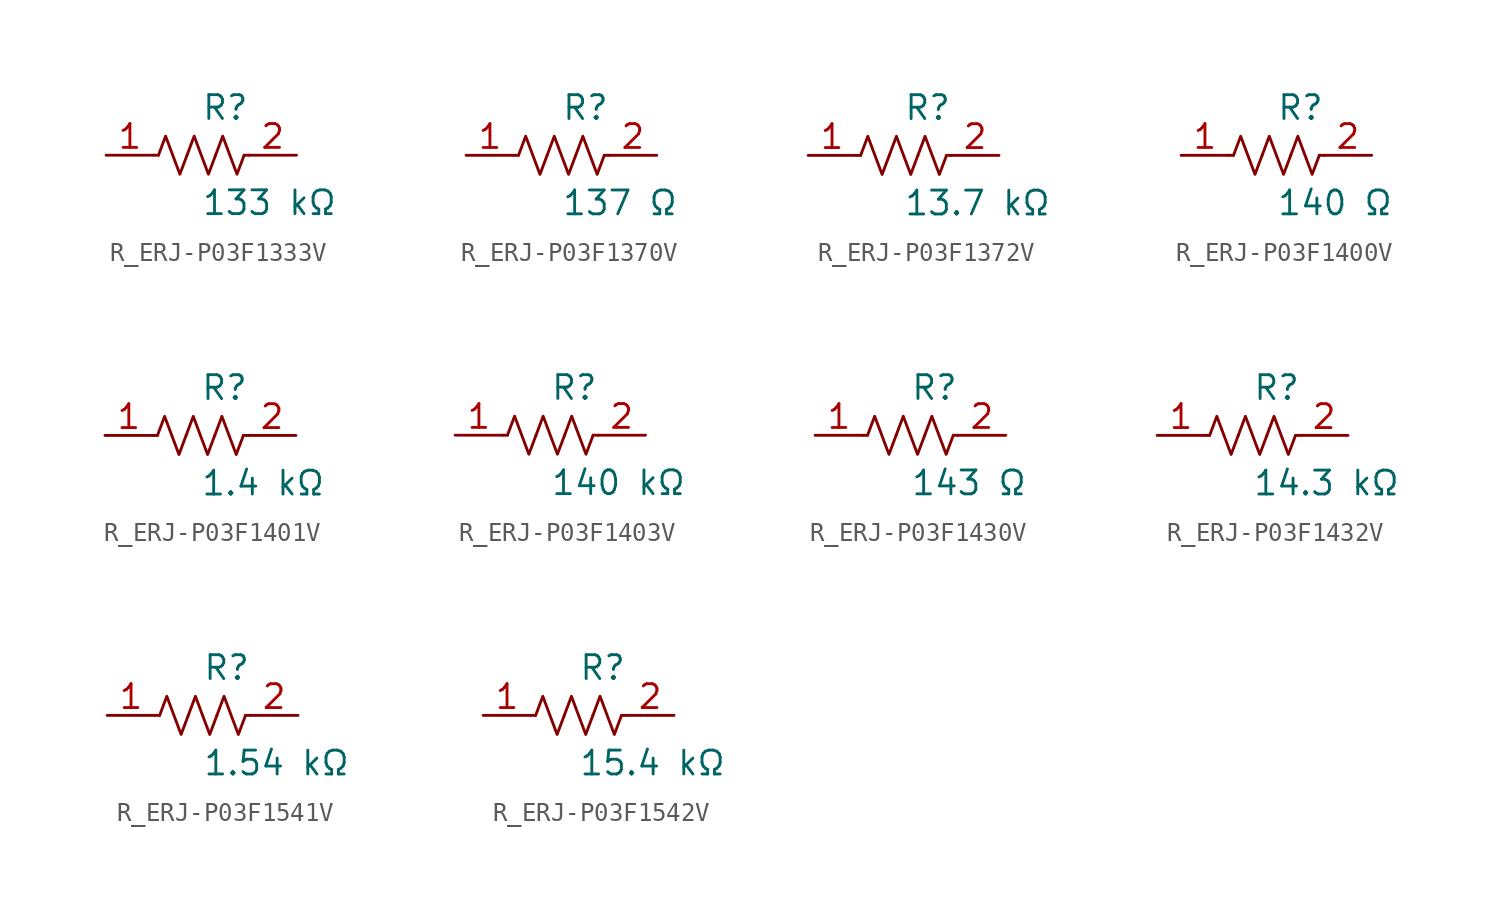
<source format=kicad_sym>
(kicad_symbol_lib
  (version 20231120)
  (generator kicad_symbol_editor)
  (generator_version 8.0)
  (symbol "R_ERJ-P03F1333V"
    (pin_names
      (offset 0.254))
    (property "Reference" "R"
      (at 0.0 2.54 0)
      (effects (font (size 1.27 1.27)) (justify left)))
    (property "Value" "133 kΩ"
      (at 0.0 -2.54 0)
      (effects (font (size 1.27 1.27)) (justify left)))
    (symbol "R_ERJ-P03F1333V_0_1"
      (polyline (pts (xy 2.286 0) (xy 2.54 0)) (stroke (width 0) (type default)) (fill (type none)))
      (polyline (pts (xy -2.286 0) (xy -2.54 0)) (stroke (width 0) (type default)) (fill (type none)))
      (polyline (pts (xy 0.762 0) (xy 1.143 1.016) (xy 1.524 0) (xy 1.905 -1.016) (xy 2.286 0)) (stroke (width 0) (type default)) (fill (type none)))
      (polyline (pts (xy -0.762 0) (xy -0.381 1.016) (xy 0 0) (xy 0.381 -1.016) (xy 0.762 0)) (stroke (width 0) (type default)) (fill (type none)))
      (polyline (pts (xy -2.286 0) (xy -1.905 1.016) (xy -1.524 0) (xy -1.143 -1.016) (xy -0.762 0)) (stroke (width 0) (type default)) (fill (type none))))
    (pin unspecified line
      (at -5.08 0 0)
      (length 2.54)
      (name "" (effects (font (size 1.27 1.27))))
      (number "1" (effects (font (size 1.27 1.27)))))
    (pin unspecified line
      (at 5.08 0 180)
      (length 2.54)
      (name "" (effects (font (size 1.27 1.27))))
      (number "2" (effects (font (size 1.27 1.27))))))
  (symbol "R_ERJ-P03F1370V"
    (pin_names
      (offset 0.254))
    (property "Reference" "R"
      (at 0.0 2.54 0)
      (effects (font (size 1.27 1.27)) (justify left)))
    (property "Value" "137 Ω"
      (at 0.0 -2.54 0)
      (effects (font (size 1.27 1.27)) (justify left)))
    (symbol "R_ERJ-P03F1370V_0_1"
      (polyline (pts (xy 2.286 0) (xy 2.54 0)) (stroke (width 0) (type default)) (fill (type none)))
      (polyline (pts (xy -2.286 0) (xy -2.54 0)) (stroke (width 0) (type default)) (fill (type none)))
      (polyline (pts (xy 0.762 0) (xy 1.143 1.016) (xy 1.524 0) (xy 1.905 -1.016) (xy 2.286 0)) (stroke (width 0) (type default)) (fill (type none)))
      (polyline (pts (xy -0.762 0) (xy -0.381 1.016) (xy 0 0) (xy 0.381 -1.016) (xy 0.762 0)) (stroke (width 0) (type default)) (fill (type none)))
      (polyline (pts (xy -2.286 0) (xy -1.905 1.016) (xy -1.524 0) (xy -1.143 -1.016) (xy -0.762 0)) (stroke (width 0) (type default)) (fill (type none))))
    (pin unspecified line
      (at -5.08 0 0)
      (length 2.54)
      (name "" (effects (font (size 1.27 1.27))))
      (number "1" (effects (font (size 1.27 1.27)))))
    (pin unspecified line
      (at 5.08 0 180)
      (length 2.54)
      (name "" (effects (font (size 1.27 1.27))))
      (number "2" (effects (font (size 1.27 1.27))))))
  (symbol "R_ERJ-P03F1372V"
    (pin_names
      (offset 0.254))
    (property "Reference" "R"
      (at 0.0 2.54 0)
      (effects (font (size 1.27 1.27)) (justify left)))
    (property "Value" "13.7 kΩ"
      (at 0.0 -2.54 0)
      (effects (font (size 1.27 1.27)) (justify left)))
    (symbol "R_ERJ-P03F1372V_0_1"
      (polyline (pts (xy 2.286 0) (xy 2.54 0)) (stroke (width 0) (type default)) (fill (type none)))
      (polyline (pts (xy -2.286 0) (xy -2.54 0)) (stroke (width 0) (type default)) (fill (type none)))
      (polyline (pts (xy 0.762 0) (xy 1.143 1.016) (xy 1.524 0) (xy 1.905 -1.016) (xy 2.286 0)) (stroke (width 0) (type default)) (fill (type none)))
      (polyline (pts (xy -0.762 0) (xy -0.381 1.016) (xy 0 0) (xy 0.381 -1.016) (xy 0.762 0)) (stroke (width 0) (type default)) (fill (type none)))
      (polyline (pts (xy -2.286 0) (xy -1.905 1.016) (xy -1.524 0) (xy -1.143 -1.016) (xy -0.762 0)) (stroke (width 0) (type default)) (fill (type none))))
    (pin unspecified line
      (at -5.08 0 0)
      (length 2.54)
      (name "" (effects (font (size 1.27 1.27))))
      (number "1" (effects (font (size 1.27 1.27)))))
    (pin unspecified line
      (at 5.08 0 180)
      (length 2.54)
      (name "" (effects (font (size 1.27 1.27))))
      (number "2" (effects (font (size 1.27 1.27))))))
  (symbol "R_ERJ-P03F1400V"
    (pin_names
      (offset 0.254))
    (property "Reference" "R"
      (at 0.0 2.54 0)
      (effects (font (size 1.27 1.27)) (justify left)))
    (property "Value" "140 Ω"
      (at 0.0 -2.54 0)
      (effects (font (size 1.27 1.27)) (justify left)))
    (symbol "R_ERJ-P03F1400V_0_1"
      (polyline (pts (xy 2.286 0) (xy 2.54 0)) (stroke (width 0) (type default)) (fill (type none)))
      (polyline (pts (xy -2.286 0) (xy -2.54 0)) (stroke (width 0) (type default)) (fill (type none)))
      (polyline (pts (xy 0.762 0) (xy 1.143 1.016) (xy 1.524 0) (xy 1.905 -1.016) (xy 2.286 0)) (stroke (width 0) (type default)) (fill (type none)))
      (polyline (pts (xy -0.762 0) (xy -0.381 1.016) (xy 0 0) (xy 0.381 -1.016) (xy 0.762 0)) (stroke (width 0) (type default)) (fill (type none)))
      (polyline (pts (xy -2.286 0) (xy -1.905 1.016) (xy -1.524 0) (xy -1.143 -1.016) (xy -0.762 0)) (stroke (width 0) (type default)) (fill (type none))))
    (pin unspecified line
      (at -5.08 0 0)
      (length 2.54)
      (name "" (effects (font (size 1.27 1.27))))
      (number "1" (effects (font (size 1.27 1.27)))))
    (pin unspecified line
      (at 5.08 0 180)
      (length 2.54)
      (name "" (effects (font (size 1.27 1.27))))
      (number "2" (effects (font (size 1.27 1.27))))))
  (symbol "R_ERJ-P03F1401V"
    (pin_names
      (offset 0.254))
    (property "Reference" "R"
      (at 0.0 2.54 0)
      (effects (font (size 1.27 1.27)) (justify left)))
    (property "Value" "1.4 kΩ"
      (at 0.0 -2.54 0)
      (effects (font (size 1.27 1.27)) (justify left)))
    (symbol "R_ERJ-P03F1401V_0_1"
      (polyline (pts (xy 2.286 0) (xy 2.54 0)) (stroke (width 0) (type default)) (fill (type none)))
      (polyline (pts (xy -2.286 0) (xy -2.54 0)) (stroke (width 0) (type default)) (fill (type none)))
      (polyline (pts (xy 0.762 0) (xy 1.143 1.016) (xy 1.524 0) (xy 1.905 -1.016) (xy 2.286 0)) (stroke (width 0) (type default)) (fill (type none)))
      (polyline (pts (xy -0.762 0) (xy -0.381 1.016) (xy 0 0) (xy 0.381 -1.016) (xy 0.762 0)) (stroke (width 0) (type default)) (fill (type none)))
      (polyline (pts (xy -2.286 0) (xy -1.905 1.016) (xy -1.524 0) (xy -1.143 -1.016) (xy -0.762 0)) (stroke (width 0) (type default)) (fill (type none))))
    (pin unspecified line
      (at -5.08 0 0)
      (length 2.54)
      (name "" (effects (font (size 1.27 1.27))))
      (number "1" (effects (font (size 1.27 1.27)))))
    (pin unspecified line
      (at 5.08 0 180)
      (length 2.54)
      (name "" (effects (font (size 1.27 1.27))))
      (number "2" (effects (font (size 1.27 1.27))))))
  (symbol "R_ERJ-P03F1403V"
    (pin_names
      (offset 0.254))
    (property "Reference" "R"
      (at 0.0 2.54 0)
      (effects (font (size 1.27 1.27)) (justify left)))
    (property "Value" "140 kΩ"
      (at 0.0 -2.54 0)
      (effects (font (size 1.27 1.27)) (justify left)))
    (symbol "R_ERJ-P03F1403V_0_1"
      (polyline (pts (xy 2.286 0) (xy 2.54 0)) (stroke (width 0) (type default)) (fill (type none)))
      (polyline (pts (xy -2.286 0) (xy -2.54 0)) (stroke (width 0) (type default)) (fill (type none)))
      (polyline (pts (xy 0.762 0) (xy 1.143 1.016) (xy 1.524 0) (xy 1.905 -1.016) (xy 2.286 0)) (stroke (width 0) (type default)) (fill (type none)))
      (polyline (pts (xy -0.762 0) (xy -0.381 1.016) (xy 0 0) (xy 0.381 -1.016) (xy 0.762 0)) (stroke (width 0) (type default)) (fill (type none)))
      (polyline (pts (xy -2.286 0) (xy -1.905 1.016) (xy -1.524 0) (xy -1.143 -1.016) (xy -0.762 0)) (stroke (width 0) (type default)) (fill (type none))))
    (pin unspecified line
      (at -5.08 0 0)
      (length 2.54)
      (name "" (effects (font (size 1.27 1.27))))
      (number "1" (effects (font (size 1.27 1.27)))))
    (pin unspecified line
      (at 5.08 0 180)
      (length 2.54)
      (name "" (effects (font (size 1.27 1.27))))
      (number "2" (effects (font (size 1.27 1.27))))))
  (symbol "R_ERJ-P03F1430V"
    (pin_names
      (offset 0.254))
    (property "Reference" "R"
      (at 0.0 2.54 0)
      (effects (font (size 1.27 1.27)) (justify left)))
    (property "Value" "143 Ω"
      (at 0.0 -2.54 0)
      (effects (font (size 1.27 1.27)) (justify left)))
    (symbol "R_ERJ-P03F1430V_0_1"
      (polyline (pts (xy 2.286 0) (xy 2.54 0)) (stroke (width 0) (type default)) (fill (type none)))
      (polyline (pts (xy -2.286 0) (xy -2.54 0)) (stroke (width 0) (type default)) (fill (type none)))
      (polyline (pts (xy 0.762 0) (xy 1.143 1.016) (xy 1.524 0) (xy 1.905 -1.016) (xy 2.286 0)) (stroke (width 0) (type default)) (fill (type none)))
      (polyline (pts (xy -0.762 0) (xy -0.381 1.016) (xy 0 0) (xy 0.381 -1.016) (xy 0.762 0)) (stroke (width 0) (type default)) (fill (type none)))
      (polyline (pts (xy -2.286 0) (xy -1.905 1.016) (xy -1.524 0) (xy -1.143 -1.016) (xy -0.762 0)) (stroke (width 0) (type default)) (fill (type none))))
    (pin unspecified line
      (at -5.08 0 0)
      (length 2.54)
      (name "" (effects (font (size 1.27 1.27))))
      (number "1" (effects (font (size 1.27 1.27)))))
    (pin unspecified line
      (at 5.08 0 180)
      (length 2.54)
      (name "" (effects (font (size 1.27 1.27))))
      (number "2" (effects (font (size 1.27 1.27))))))
  (symbol "R_ERJ-P03F1432V"
    (pin_names
      (offset 0.254))
    (property "Reference" "R"
      (at 0.0 2.54 0)
      (effects (font (size 1.27 1.27)) (justify left)))
    (property "Value" "14.3 kΩ"
      (at 0.0 -2.54 0)
      (effects (font (size 1.27 1.27)) (justify left)))
    (symbol "R_ERJ-P03F1432V_0_1"
      (polyline (pts (xy 2.286 0) (xy 2.54 0)) (stroke (width 0) (type default)) (fill (type none)))
      (polyline (pts (xy -2.286 0) (xy -2.54 0)) (stroke (width 0) (type default)) (fill (type none)))
      (polyline (pts (xy 0.762 0) (xy 1.143 1.016) (xy 1.524 0) (xy 1.905 -1.016) (xy 2.286 0)) (stroke (width 0) (type default)) (fill (type none)))
      (polyline (pts (xy -0.762 0) (xy -0.381 1.016) (xy 0 0) (xy 0.381 -1.016) (xy 0.762 0)) (stroke (width 0) (type default)) (fill (type none)))
      (polyline (pts (xy -2.286 0) (xy -1.905 1.016) (xy -1.524 0) (xy -1.143 -1.016) (xy -0.762 0)) (stroke (width 0) (type default)) (fill (type none))))
    (pin unspecified line
      (at -5.08 0 0)
      (length 2.54)
      (name "" (effects (font (size 1.27 1.27))))
      (number "1" (effects (font (size 1.27 1.27)))))
    (pin unspecified line
      (at 5.08 0 180)
      (length 2.54)
      (name "" (effects (font (size 1.27 1.27))))
      (number "2" (effects (font (size 1.27 1.27))))))
  (symbol "R_ERJ-P03F1541V"
    (pin_names
      (offset 0.254))
    (property "Reference" "R"
      (at 0.0 2.54 0)
      (effects (font (size 1.27 1.27)) (justify left)))
    (property "Value" "1.54 kΩ"
      (at 0.0 -2.54 0)
      (effects (font (size 1.27 1.27)) (justify left)))
    (symbol "R_ERJ-P03F1541V_0_1"
      (polyline (pts (xy 2.286 0) (xy 2.54 0)) (stroke (width 0) (type default)) (fill (type none)))
      (polyline (pts (xy -2.286 0) (xy -2.54 0)) (stroke (width 0) (type default)) (fill (type none)))
      (polyline (pts (xy 0.762 0) (xy 1.143 1.016) (xy 1.524 0) (xy 1.905 -1.016) (xy 2.286 0)) (stroke (width 0) (type default)) (fill (type none)))
      (polyline (pts (xy -0.762 0) (xy -0.381 1.016) (xy 0 0) (xy 0.381 -1.016) (xy 0.762 0)) (stroke (width 0) (type default)) (fill (type none)))
      (polyline (pts (xy -2.286 0) (xy -1.905 1.016) (xy -1.524 0) (xy -1.143 -1.016) (xy -0.762 0)) (stroke (width 0) (type default)) (fill (type none))))
    (pin unspecified line
      (at -5.08 0 0)
      (length 2.54)
      (name "" (effects (font (size 1.27 1.27))))
      (number "1" (effects (font (size 1.27 1.27)))))
    (pin unspecified line
      (at 5.08 0 180)
      (length 2.54)
      (name "" (effects (font (size 1.27 1.27))))
      (number "2" (effects (font (size 1.27 1.27))))))
  (symbol "R_ERJ-P03F1542V"
    (pin_names
      (offset 0.254))
    (property "Reference" "R"
      (at 0.0 2.54 0)
      (effects (font (size 1.27 1.27)) (justify left)))
    (property "Value" "15.4 kΩ"
      (at 0.0 -2.54 0)
      (effects (font (size 1.27 1.27)) (justify left)))
    (symbol "R_ERJ-P03F1542V_0_1"
      (polyline (pts (xy 2.286 0) (xy 2.54 0)) (stroke (width 0) (type default)) (fill (type none)))
      (polyline (pts (xy -2.286 0) (xy -2.54 0)) (stroke (width 0) (type default)) (fill (type none)))
      (polyline (pts (xy 0.762 0) (xy 1.143 1.016) (xy 1.524 0) (xy 1.905 -1.016) (xy 2.286 0)) (stroke (width 0) (type default)) (fill (type none)))
      (polyline (pts (xy -0.762 0) (xy -0.381 1.016) (xy 0 0) (xy 0.381 -1.016) (xy 0.762 0)) (stroke (width 0) (type default)) (fill (type none)))
      (polyline (pts (xy -2.286 0) (xy -1.905 1.016) (xy -1.524 0) (xy -1.143 -1.016) (xy -0.762 0)) (stroke (width 0) (type default)) (fill (type none))))
    (pin unspecified line
      (at -5.08 0 0)
      (length 2.54)
      (name "" (effects (font (size 1.27 1.27))))
      (number "1" (effects (font (size 1.27 1.27)))))
    (pin unspecified line
      (at 5.08 0 180)
      (length 2.54)
      (name "" (effects (font (size 1.27 1.27))))
      (number "2" (effects (font (size 1.27 1.27)))))))
</source>
